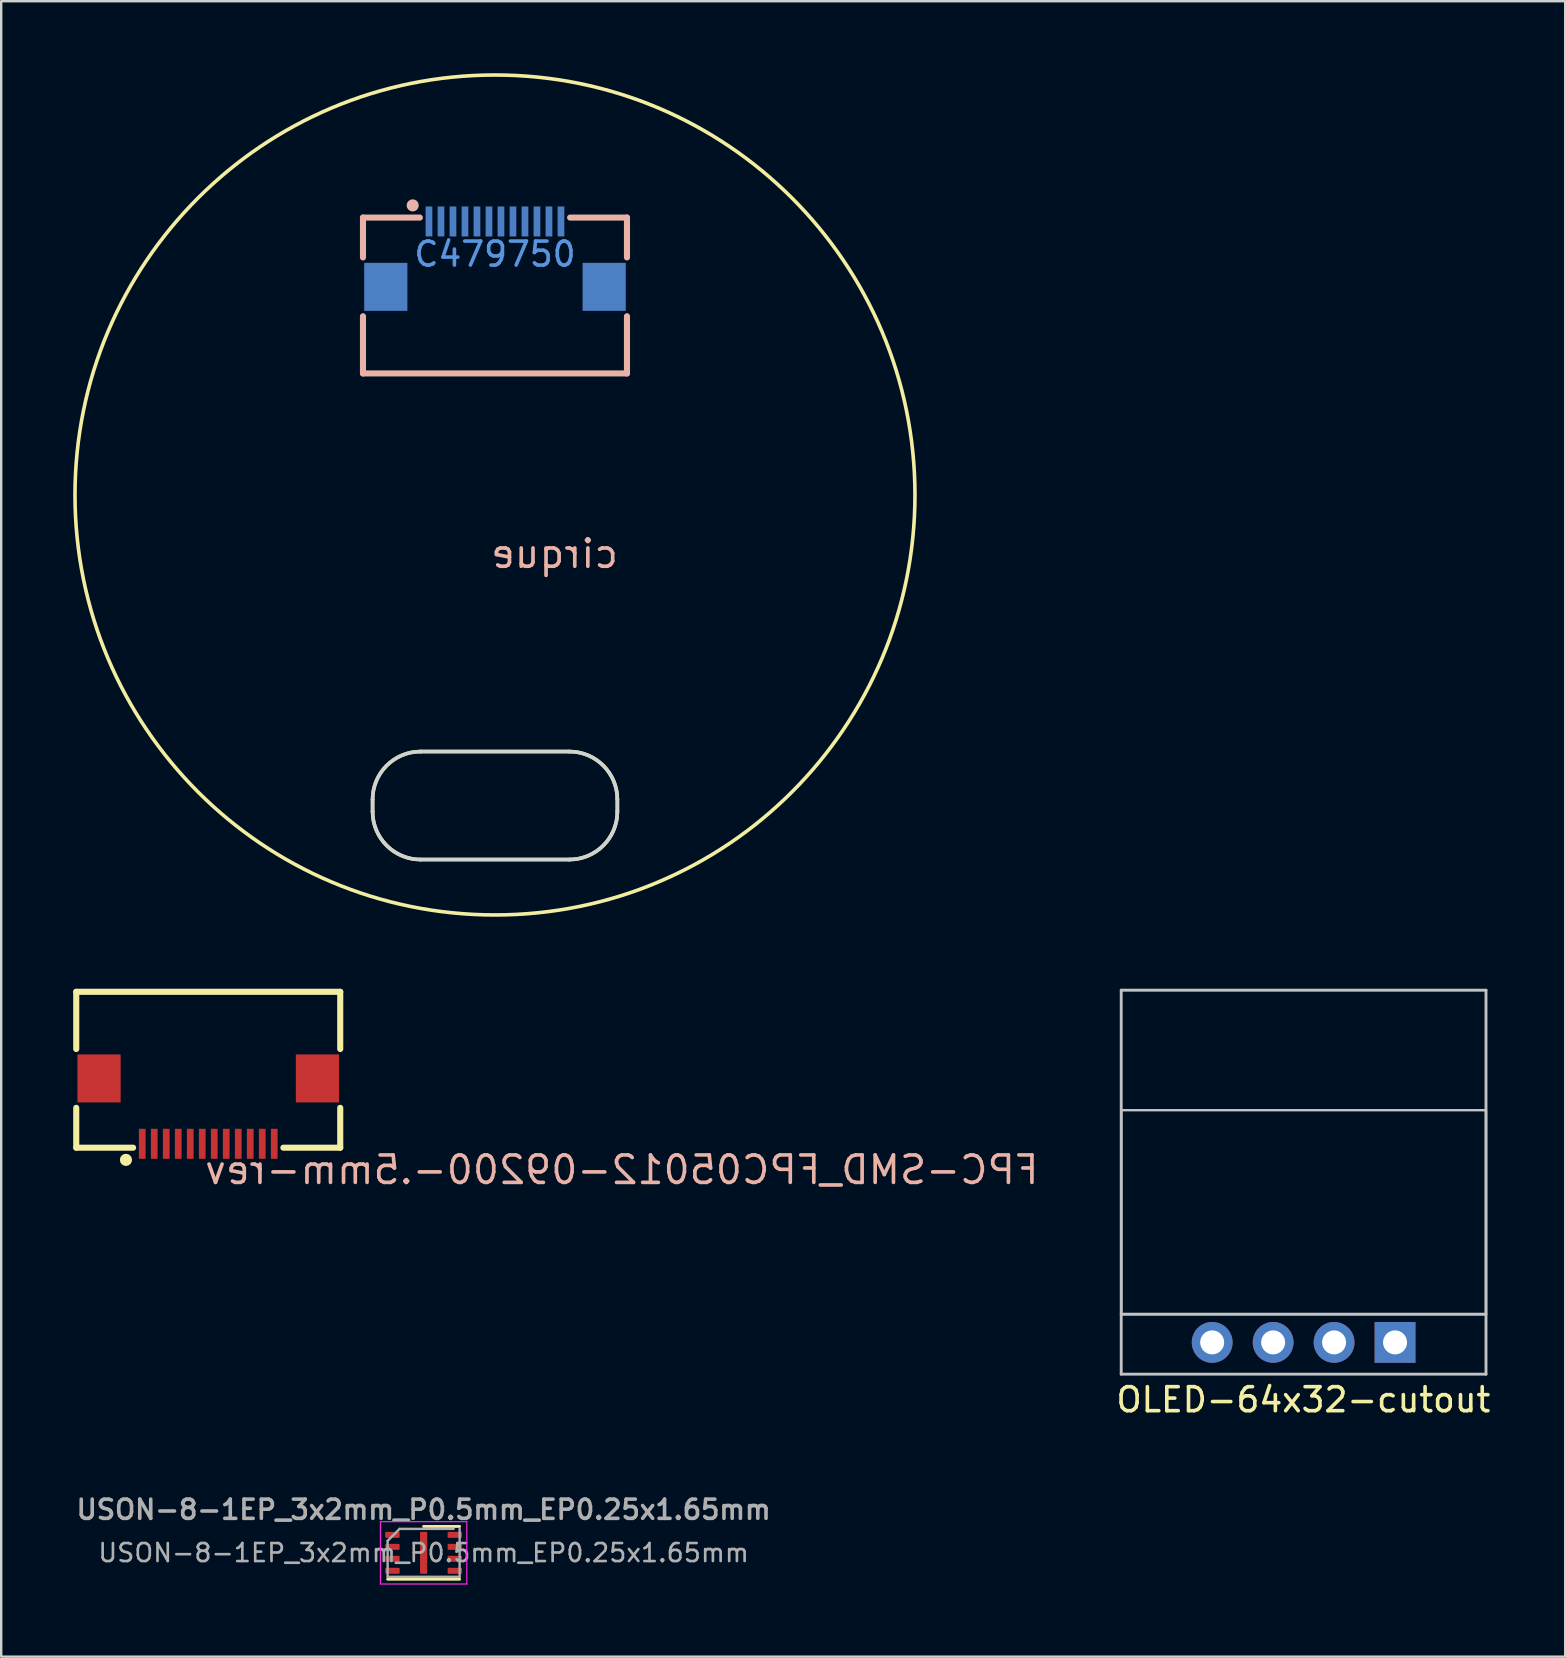
<source format=kicad_pcb>
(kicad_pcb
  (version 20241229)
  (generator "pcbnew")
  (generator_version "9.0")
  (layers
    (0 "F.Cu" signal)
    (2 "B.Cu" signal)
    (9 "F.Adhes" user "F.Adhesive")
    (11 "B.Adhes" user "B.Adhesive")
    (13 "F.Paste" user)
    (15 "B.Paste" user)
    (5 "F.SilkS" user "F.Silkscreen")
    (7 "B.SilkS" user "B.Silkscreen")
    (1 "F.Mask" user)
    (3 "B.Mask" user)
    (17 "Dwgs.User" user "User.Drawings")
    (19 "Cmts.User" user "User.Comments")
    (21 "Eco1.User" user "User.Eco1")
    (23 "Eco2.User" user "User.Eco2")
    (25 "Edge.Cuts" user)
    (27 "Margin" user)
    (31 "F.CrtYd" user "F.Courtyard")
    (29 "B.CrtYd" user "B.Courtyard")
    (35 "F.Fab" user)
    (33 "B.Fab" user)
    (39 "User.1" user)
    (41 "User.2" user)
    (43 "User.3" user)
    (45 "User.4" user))
  (footprint "USON-8-1EP_3x2mm_P0.5mm_EP0.25x1.65mm"
    (layer "F.Cu")
    (at 14.602 61.654)
    (property "Reference" "USON-8-1EP_3x2mm_P0.5mm_EP0.25x1.65mm" (at 0 -1.8 0) (layer "F.Fab") (effects (font (size 0.8 0.8) (thickness 0.15))))
    (attr smd)
    (fp_line (start -1.5 1.1) (end 1.5 1.1) (stroke (width 0.12) (type solid)) (layer "F.SilkS"))
    (fp_line (start 0 -1.1) (end 1.5 -1.1) (stroke (width 0.12) (type solid)) (layer "F.SilkS"))
    (fp_line (start -1.8 -1.3) (end -1.8 1.3) (stroke (width 0.05) (type solid)) (layer "F.CrtYd"))
    (fp_line (start -1.8 1.3) (end 1.8 1.3) (stroke (width 0.05) (type solid)) (layer "F.CrtYd"))
    (fp_line (start 1.8 -1.3) (end -1.8 -1.3) (stroke (width 0.05) (type solid)) (layer "F.CrtYd"))
    (fp_line (start 1.8 1.3) (end 1.8 -1.3) (stroke (width 0.05) (type solid)) (layer "F.CrtYd"))
    (fp_line (start -1.5 -0.5) (end -1 -1) (stroke (width 0.1) (type solid)) (layer "F.Fab"))
    (fp_line (start -1.5 1) (end -1.5 -0.5) (stroke (width 0.1) (type solid)) (layer "F.Fab"))
    (fp_line (start -1 -1) (end 1.25 -1) (stroke (width 0.1) (type solid)) (layer "F.Fab"))
    (fp_line (start 1.5 -1) (end 1.5 1) (stroke (width 0.1) (type solid)) (layer "F.Fab"))
    (fp_line (start 1.5 1) (end -1.5 1) (stroke (width 0.1) (type solid)) (layer "F.Fab"))
    (fp_text user "${REFERENCE}" (at 0 0 0) (layer "F.Fab") (effects (font (size 0.75 0.75) (thickness 0.11))))
    (pad "1" smd roundrect (at -1.3 -0.75) (size 0.6 0.25) (layers "F.Cu" "F.Mask" "F.Paste") (roundrect_rratio 0.15))
    (pad "2" smd roundrect (at -1.3 -0.25) (size 0.6 0.25) (layers "F.Cu" "F.Mask" "F.Paste") (roundrect_rratio 0.15))
    (pad "3" smd roundrect (at -1.3 0.25) (size 0.6 0.25) (layers "F.Cu" "F.Mask" "F.Paste") (roundrect_rratio 0.15))
    (pad "4" smd roundrect (at -1.3 0.75) (size 0.6 0.25) (layers "F.Cu" "F.Mask" "F.Paste") (roundrect_rratio 0.15))
    (pad "5" smd roundrect (at 1.3 0.75) (size 0.6 0.25) (layers "F.Cu" "F.Mask" "F.Paste") (roundrect_rratio 0.15))
    (pad "6" smd roundrect (at 1.3 0.25) (size 0.6 0.25) (layers "F.Cu" "F.Mask" "F.Paste") (roundrect_rratio 0.15))
    (pad "7" smd roundrect (at 1.3 -0.25) (size 0.6 0.25) (layers "F.Cu" "F.Mask" "F.Paste") (roundrect_rratio 0.15))
    (pad "8" smd roundrect (at 1.3 -0.75) (size 0.6 0.25) (layers "F.Cu" "F.Mask" "F.Paste") (roundrect_rratio 0.15))
    (pad "9" smd roundrect (at 0 0) (size 0.3 1.75) (layers "F.Cu" "F.Mask" "F.Paste") (roundrect_rratio 0.15)))
  (footprint "OLED-64x32-cutout"
    (layer "F.Cu")
    (at 51.269 54.21)
    (property "Reference" "OLED-64x32-cutout" (at -0.01 1.065 180) (layer "F.SilkS") (effects (font (size 1 1) (thickness 0.15))))
    (attr through_hole exclude_from_pos_files)
    (fp_line (start -7.6 -16) (end 7.6 -16) (stroke (width 0.12) (type solid)) (layer "Dwgs.User"))
    (fp_line (start -7.6 -2.5) (end 7.6 -2.5) (stroke (width 0.12) (type solid)) (layer "Dwgs.User"))
    (fp_line (start -7.6 0) (end -7.6 -16) (stroke (width 0.12) (type solid)) (layer "Dwgs.User"))
    (fp_line (start -7.6 0) (end 7.6 0) (stroke (width 0.12) (type solid)) (layer "Dwgs.User"))
    (fp_line (start 7.6 -16) (end 7.6 0) (stroke (width 0.12) (type solid)) (layer "Dwgs.User"))
    (fp_rect (start -7.6 -2.5) (end 7.6 -11) (stroke (width 0.1) (type default)) (fill no) (layer "Dwgs.User"))
    (pad "1" thru_hole rect (at 3.81 -1.325 270) (size 1.7 1.7) (drill 1) (layers "*.Cu" "*.Mask"))
    (pad "2" thru_hole oval (at 1.27 -1.325 270) (size 1.7 1.7) (drill 1) (layers "*.Cu" "*.Mask"))
    (pad "3" thru_hole oval (at -1.27 -1.325 270) (size 1.7 1.7) (drill 1) (layers "*.Cu" "*.Mask"))
    (pad "4" thru_hole oval (at -3.81 -1.325 270) (size 1.7 1.7) (drill 1) (layers "*.Cu" "*.Mask")))
  (footprint "FPC-SMD_FPC05012-09200-.5mm-rev"
    (layer "F.Cu")
    (at 5.627 43.248)
    (property "Reference" "FPC-SMD_FPC05012-09200-.5mm-rev" (at -0.232 2.448 180) (layer "B.SilkS") (effects (font (size 1.143 1.143) (thickness 0.152)) (justify right mirror)))
    (attr smd)
    (fp_line (start -5.5 -4.971) (end -5.5 -2.588) (stroke (width 0.254) (type solid)) (layer "F.SilkS"))
    (fp_line (start -5.5 -0.137) (end -5.5 1.524) (stroke (width 0.254) (type solid)) (layer "F.SilkS"))
    (fp_line (start -5.5 1.524) (end -3.131 1.524) (stroke (width 0.254) (type solid)) (layer "F.SilkS"))
    (fp_line (start 5.5 -4.971) (end -5.5 -4.971) (stroke (width 0.254) (type solid)) (layer "F.SilkS"))
    (fp_line (start 5.5 -4.971) (end 5.5 -2.588) (stroke (width 0.254) (type solid)) (layer "F.SilkS"))
    (fp_line (start 5.5 -0.137) (end 5.5 1.524) (stroke (width 0.254) (type solid)) (layer "F.SilkS"))
    (fp_line (start 5.5 1.524) (end 3.131 1.524) (stroke (width 0.254) (type solid)) (layer "F.SilkS"))
    (fp_circle (center -3.429 2.032) (end -3.302 2.032) (stroke (width 0.254) (type solid)) (fill no) (layer "F.SilkS"))
    (pad "1" smd rect (at 2.75 1.362) (size 0.28 1.25) (layers "F.Cu" "F.Mask" "F.Paste"))
    (pad "2" smd rect (at 2.25 1.362) (size 0.28 1.25) (layers "F.Cu" "F.Mask" "F.Paste"))
    (pad "3" smd rect (at 1.75 1.362) (size 0.28 1.25) (layers "F.Cu" "F.Mask" "F.Paste"))
    (pad "4" smd rect (at 1.25 1.362) (size 0.28 1.25) (layers "F.Cu" "F.Mask" "F.Paste"))
    (pad "5" smd rect (at 0.75 1.362) (size 0.28 1.25) (layers "F.Cu" "F.Mask" "F.Paste"))
    (pad "6" smd rect (at 0.25 1.362) (size 0.28 1.25) (layers "F.Cu" "F.Mask" "F.Paste"))
    (pad "7" smd rect (at -0.25 1.362) (size 0.28 1.25) (layers "F.Cu" "F.Mask" "F.Paste"))
    (pad "8" smd rect (at -0.75 1.362) (size 0.28 1.25) (layers "F.Cu" "F.Mask" "F.Paste"))
    (pad "9" smd rect (at -1.25 1.362) (size 0.28 1.25) (layers "F.Cu" "F.Mask" "F.Paste"))
    (pad "10" smd rect (at -1.75 1.362) (size 0.28 1.25) (layers "F.Cu" "F.Mask" "F.Paste"))
    (pad "11" smd rect (at -2.25 1.362) (size 0.28 1.25) (layers "F.Cu" "F.Mask" "F.Paste"))
    (pad "12" smd rect (at -2.75 1.362) (size 0.28 1.25) (layers "F.Cu" "F.Mask" "F.Paste"))
    (pad "13" smd rect (at 4.55 -1.362 180) (size 1.8 2) (layers "F.Cu" "F.Mask" "F.Paste"))
    (pad "14" smd rect (at -4.55 -1.362 180) (size 1.8 2) (layers "F.Cu" "F.Mask" "F.Paste")))
  (footprint "cirque"
    (layer "F.Cu")
    (at 17.575 17.575)
    (property "Reference" "cirque" (at -0.258 2.448 180) (layer "B.SilkS") (effects (font (size 1.143 1.143) (thickness 0.152)) (justify right mirror)))
    (attr smd)
    (fp_line (start -5.1 12.691) (end -5.1 13.191) (stroke (width 0.15) (type solid)) (layer "F.SilkS"))
    (fp_line (start -3.1 15.191) (end 3.1 15.191) (stroke (width 0.15) (type solid)) (layer "F.SilkS"))
    (fp_line (start 3.1 10.691) (end -3.1 10.691) (stroke (width 0.15) (type solid)) (layer "F.SilkS"))
    (fp_line (start 5.1 13.191) (end 5.1 12.691) (stroke (width 0.15) (type solid)) (layer "F.SilkS"))
    (fp_arc (start -5.1 12.690786) (mid -4.514214 11.276572) (end -3.1 10.690786) (stroke (width 0.15) (type solid)) (layer "F.SilkS"))
    (fp_arc (start -3.1 15.190786) (mid -4.514214 14.605) (end -5.1 13.190786) (stroke (width 0.15) (type solid)) (layer "F.SilkS"))
    (fp_arc (start 3.1 10.690786) (mid 4.514214 11.276572) (end 5.1 12.690786) (stroke (width 0.15) (type solid)) (layer "F.SilkS"))
    (fp_arc (start 5.1 13.190786) (mid 4.514214 14.605) (end 3.1 15.190786) (stroke (width 0.15) (type solid)) (layer "F.SilkS"))
    (fp_circle (center 0 0) (end 17.5 0) (stroke (width 0.15) (type solid)) (fill no) (layer "F.SilkS"))
    (fp_line (start -5.5 -11.559) (end -3.131 -11.559) (stroke (width 0.254) (type solid)) (layer "B.SilkS"))
    (fp_line (start -5.5 -9.898) (end -5.5 -11.559) (stroke (width 0.254) (type solid)) (layer "B.SilkS"))
    (fp_line (start -5.5 -5.064) (end -5.5 -7.447) (stroke (width 0.254) (type solid)) (layer "B.SilkS"))
    (fp_line (start 5.5 -11.559) (end 3.131 -11.559) (stroke (width 0.254) (type solid)) (layer "B.SilkS"))
    (fp_line (start 5.5 -9.898) (end 5.5 -11.559) (stroke (width 0.254) (type solid)) (layer "B.SilkS"))
    (fp_line (start 5.5 -5.064) (end -5.5 -5.064) (stroke (width 0.254) (type solid)) (layer "B.SilkS"))
    (fp_line (start 5.5 -5.064) (end 5.5 -7.447) (stroke (width 0.254) (type solid)) (layer "B.SilkS"))
    (fp_circle (center -3.429 -12.067) (end -3.302 -12.067) (stroke (width 0.254) (type solid)) (fill no) (layer "B.SilkS"))
    (fp_line (start -5.1 12.691) (end -5.1 13.191) (stroke (width 0.15) (type solid)) (layer "Edge.Cuts"))
    (fp_line (start -3.1 15.191) (end 3.1 15.191) (stroke (width 0.15) (type solid)) (layer "Edge.Cuts"))
    (fp_line (start 3.1 10.691) (end -3.1 10.691) (stroke (width 0.15) (type solid)) (layer "Edge.Cuts"))
    (fp_line (start 5.1 13.191) (end 5.1 12.691) (stroke (width 0.15) (type solid)) (layer "Edge.Cuts"))
    (fp_arc (start -5.1 12.690786) (mid -4.514214 11.276572) (end -3.1 10.690786) (stroke (width 0.15) (type solid)) (layer "Edge.Cuts"))
    (fp_arc (start -3.1 15.190786) (mid -4.514214 14.605) (end -5.1 13.190786) (stroke (width 0.15) (type solid)) (layer "Edge.Cuts"))
    (fp_arc (start 3.1 10.690786) (mid 4.514214 11.276572) (end 5.1 12.690786) (stroke (width 0.15) (type solid)) (layer "Edge.Cuts"))
    (fp_arc (start 5.1 13.190786) (mid 4.514214 14.605) (end 3.1 15.190786) (stroke (width 0.15) (type solid)) (layer "Edge.Cuts"))
    (fp_text user "C479750" (at 0 -10.035 180) (layer "Cmts.User") (effects (font (size 1 1) (thickness 0.15))))
    (pad "1" smd rect (at 2.75 -11.397) (size 0.28 1.25) (layers "B.Cu" "B.Mask" "B.Paste"))
    (pad "2" smd rect (at 2.25 -11.397) (size 0.28 1.25) (layers "B.Cu" "B.Mask" "B.Paste"))
    (pad "3" smd rect (at 1.75 -11.397) (size 0.28 1.25) (layers "B.Cu" "B.Mask" "B.Paste"))
    (pad "4" smd rect (at 1.25 -11.397) (size 0.28 1.25) (layers "B.Cu" "B.Mask" "B.Paste"))
    (pad "5" smd rect (at 0.75 -11.397) (size 0.28 1.25) (layers "B.Cu" "B.Mask" "B.Paste"))
    (pad "6" smd rect (at 0.25 -11.397) (size 0.28 1.25) (layers "B.Cu" "B.Mask" "B.Paste"))
    (pad "7" smd rect (at -0.25 -11.397) (size 0.28 1.25) (layers "B.Cu" "B.Mask" "B.Paste"))
    (pad "8" smd rect (at -0.75 -11.397) (size 0.28 1.25) (layers "B.Cu" "B.Mask" "B.Paste"))
    (pad "9" smd rect (at -1.25 -11.397) (size 0.28 1.25) (layers "B.Cu" "B.Mask" "B.Paste"))
    (pad "10" smd rect (at -1.75 -11.397) (size 0.28 1.25) (layers "B.Cu" "B.Mask" "B.Paste"))
    (pad "11" smd rect (at -2.25 -11.397) (size 0.28 1.25) (layers "B.Cu" "B.Mask" "B.Paste"))
    (pad "12" smd rect (at -2.75 -11.397) (size 0.28 1.25) (layers "B.Cu" "B.Mask" "B.Paste"))
    (pad "13" smd rect (at 4.55 -8.673 180) (size 1.8 2) (layers "B.Cu" "B.Mask" "B.Paste"))
    (pad "14" smd rect (at -4.55 -8.673 180) (size 1.8 2) (layers "B.Cu" "B.Mask" "B.Paste")))
  (gr_rect
    (start -3 -3)
    (end 62.169 65.98)
    (stroke (width 0.1) (type default))
    (fill no)
    (layer "Edge.Cuts")))
</source>
